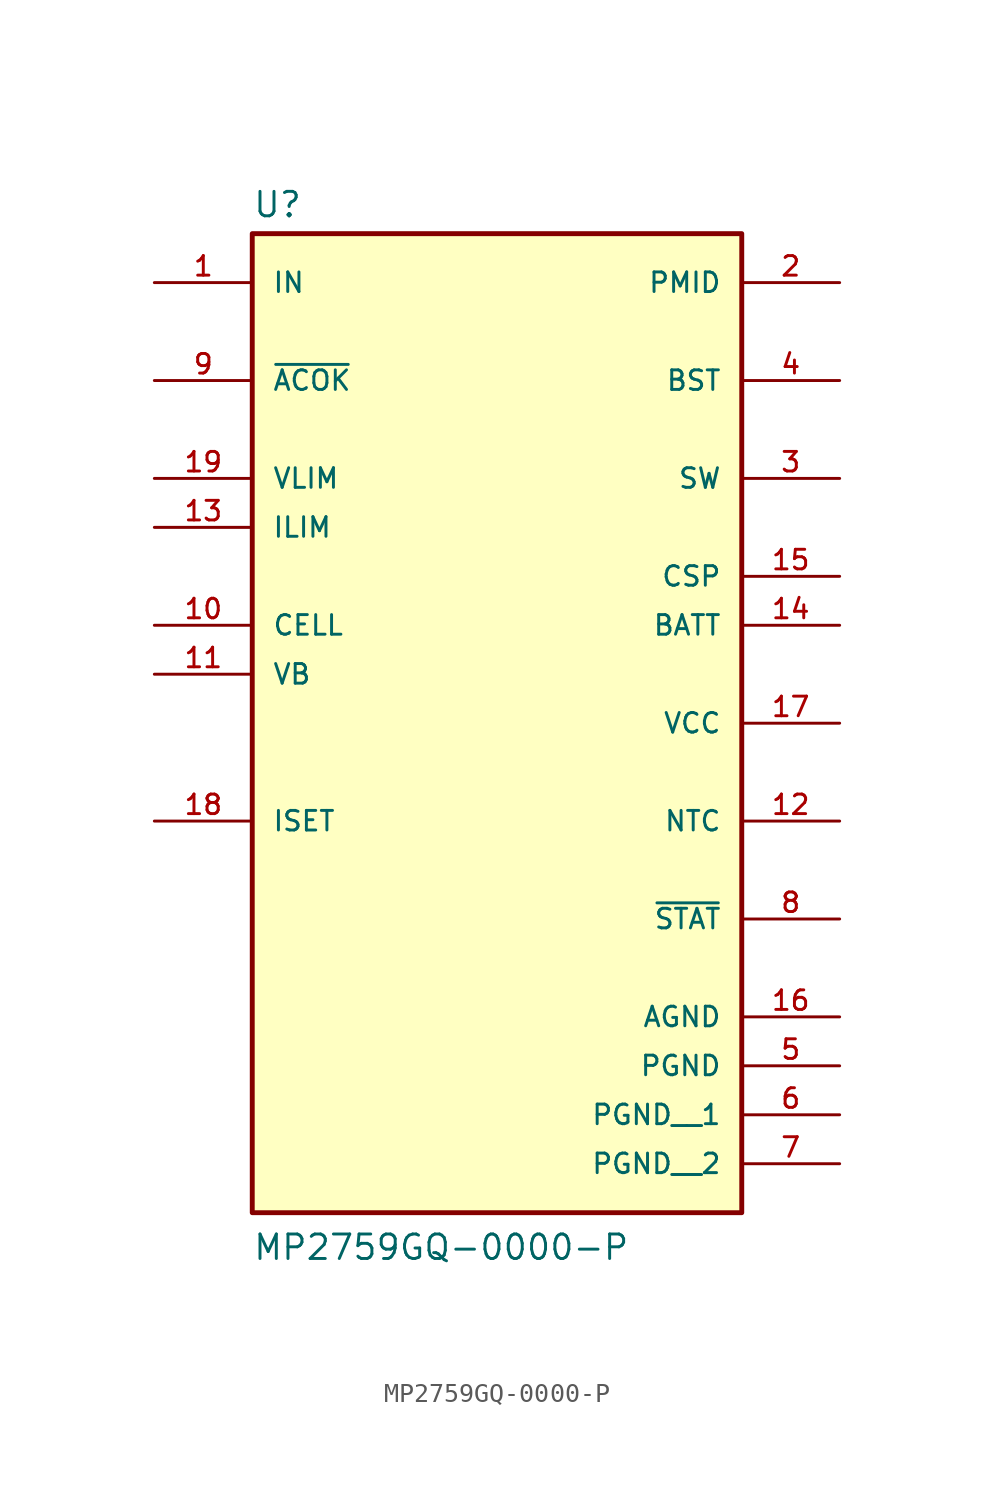
<source format=kicad_sym>
(kicad_symbol_lib
  (version 20211014)
  (generator kicad_symbol_editor)
  (symbol "MP2759GQ-0000-P"
    (pin_names
      (offset 1.016))
    (property "Reference" "U"
      (at -12.7 23.622 0)
      (effects (font (size 1.27 1.27)) (justify bottom left)))
    (property "Value" "MP2759GQ-0000-P"
      (at -12.7 -30.48 0)
      (effects (font (size 1.27 1.27)) (justify bottom left)))
    (symbol "MP2759GQ-0000-P_0_0"
      (rectangle (start -12.7 -27.94) (end 12.7 22.86) (stroke (width 0.254)) (fill (type background)))
      (pin input line (at -17.78 20.32 0) (length 5.08) (name "IN" (effects (font (size 1.016 1.016)))) (number "1" (effects (font (size 1.016 1.016)))))
      (pin passive line (at 17.78 20.32 180.0) (length 5.08) (name "PMID" (effects (font (size 1.016 1.016)))) (number "2" (effects (font (size 1.016 1.016)))))
      (pin passive line (at 17.78 10.16 180.0) (length 5.08) (name "SW" (effects (font (size 1.016 1.016)))) (number "3" (effects (font (size 1.016 1.016)))))
      (pin passive line (at 17.78 15.24 180.0) (length 5.08) (name "BST" (effects (font (size 1.016 1.016)))) (number "4" (effects (font (size 1.016 1.016)))))
      (pin power_in line (at 17.78 -20.32 180.0) (length 5.08) (name "PGND" (effects (font (size 1.016 1.016)))) (number "5" (effects (font (size 1.016 1.016)))))
      (pin output line (at 17.78 -12.7 180.0) (length 5.08) (name "~{STAT}" (effects (font (size 1.016 1.016)))) (number "8" (effects (font (size 1.016 1.016)))))
      (pin output line (at -17.78 15.24 0) (length 5.08) (name "~{ACOK}" (effects (font (size 1.016 1.016)))) (number "9" (effects (font (size 1.016 1.016)))))
      (pin input line (at -17.78 2.54 0) (length 5.08) (name "CELL" (effects (font (size 1.016 1.016)))) (number "10" (effects (font (size 1.016 1.016)))))
      (pin input line (at -17.78 0.0 0) (length 5.08) (name "VB" (effects (font (size 1.016 1.016)))) (number "11" (effects (font (size 1.016 1.016)))))
      (pin input line (at 17.78 -7.62 180.0) (length 5.08) (name "NTC" (effects (font (size 1.016 1.016)))) (number "12" (effects (font (size 1.016 1.016)))))
      (pin input line (at 17.78 2.54 180.0) (length 5.08) (name "BATT" (effects (font (size 1.016 1.016)))) (number "14" (effects (font (size 1.016 1.016)))))
      (pin input line (at -17.78 7.62 0) (length 5.08) (name "ILIM" (effects (font (size 1.016 1.016)))) (number "13" (effects (font (size 1.016 1.016)))))
      (pin input line (at 17.78 5.08 180.0) (length 5.08) (name "CSP" (effects (font (size 1.016 1.016)))) (number "15" (effects (font (size 1.016 1.016)))))
      (pin power_in line (at 17.78 -17.78 180.0) (length 5.08) (name "AGND" (effects (font (size 1.016 1.016)))) (number "16" (effects (font (size 1.016 1.016)))))
      (pin passive line (at 17.78 -2.54 180.0) (length 5.08) (name "VCC" (effects (font (size 1.016 1.016)))) (number "17" (effects (font (size 1.016 1.016)))))
      (pin input line (at -17.78 10.16 0) (length 5.08) (name "VLIM" (effects (font (size 1.016 1.016)))) (number "19" (effects (font (size 1.016 1.016)))))
      (pin input line (at -17.78 -7.62 0) (length 5.08) (name "ISET" (effects (font (size 1.016 1.016)))) (number "18" (effects (font (size 1.016 1.016)))))
      (pin power_in line (at 17.78 -22.86 180.0) (length 5.08) (name "PGND__1" (effects (font (size 1.016 1.016)))) (number "6" (effects (font (size 1.016 1.016)))))
      (pin power_in line (at 17.78 -25.4 180.0) (length 5.08) (name "PGND__2" (effects (font (size 1.016 1.016)))) (number "7" (effects (font (size 1.016 1.016))))))))
</source>
